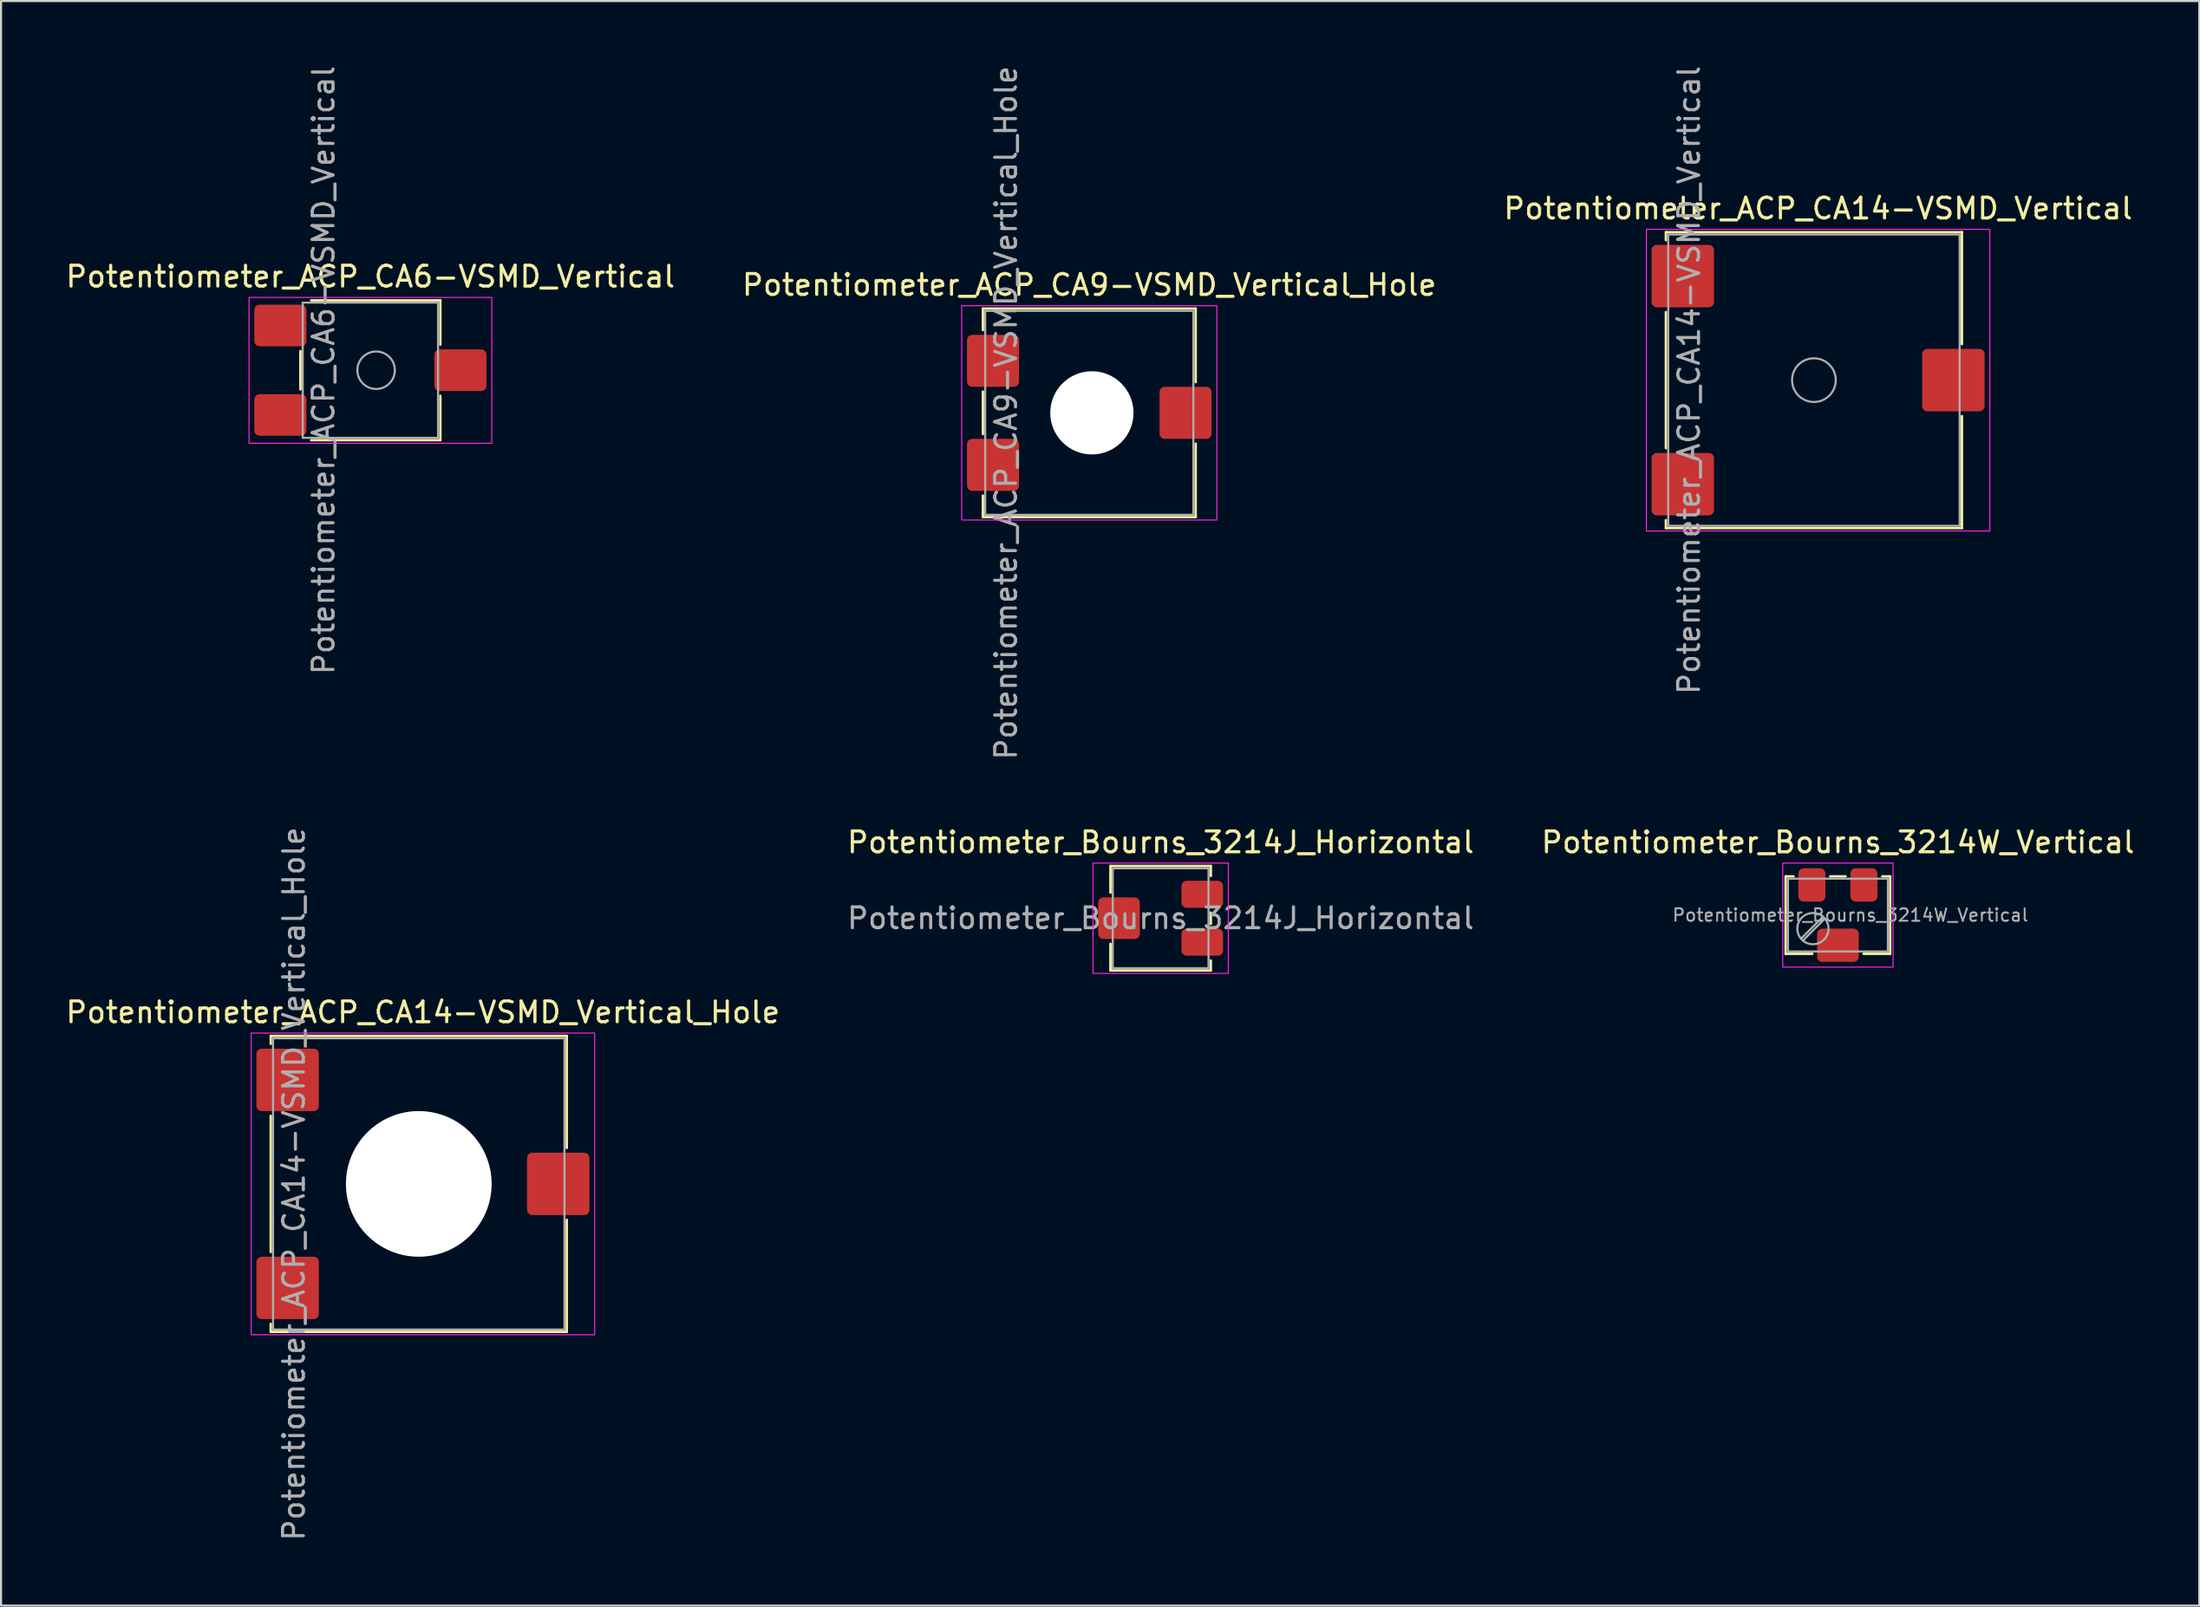
<source format=kicad_pcb>
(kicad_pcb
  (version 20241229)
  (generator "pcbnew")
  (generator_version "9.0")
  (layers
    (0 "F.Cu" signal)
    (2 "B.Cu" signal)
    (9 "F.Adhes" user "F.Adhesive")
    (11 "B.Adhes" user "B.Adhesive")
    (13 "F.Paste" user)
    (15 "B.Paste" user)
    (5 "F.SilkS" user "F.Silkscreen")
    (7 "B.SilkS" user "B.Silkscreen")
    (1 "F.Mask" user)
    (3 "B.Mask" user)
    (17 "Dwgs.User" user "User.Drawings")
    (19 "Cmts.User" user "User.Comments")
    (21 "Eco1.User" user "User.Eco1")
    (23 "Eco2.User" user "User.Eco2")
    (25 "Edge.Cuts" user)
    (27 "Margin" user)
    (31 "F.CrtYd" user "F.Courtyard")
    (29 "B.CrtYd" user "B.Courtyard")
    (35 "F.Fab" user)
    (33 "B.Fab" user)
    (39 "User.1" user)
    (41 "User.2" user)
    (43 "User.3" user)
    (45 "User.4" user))
  (footprint "Potentiometer_Bourns_3214W_Vertical"
    (layer "F.Cu")
    (at 85.244 40.932)
    (property "Reference" "Potentiometer_Bourns_3214W_Vertical" (at 0 -3.5 0) (layer "F.SilkS") (effects (font (size 1 1) (thickness 0.15))))
    (attr smd)
    (fp_line (start -2.51 -1.86) (end -2.51 1.86) (stroke (width 0.12) (type solid)) (layer "F.SilkS"))
    (fp_line (start -2.51 -1.86) (end -2.13 -1.86) (stroke (width 0.12) (type solid)) (layer "F.SilkS"))
    (fp_line (start -2.51 1.86) (end -1.23 1.86) (stroke (width 0.12) (type solid)) (layer "F.SilkS"))
    (fp_line (start -0.37 -1.86) (end 0.37 -1.86) (stroke (width 0.12) (type solid)) (layer "F.SilkS"))
    (fp_line (start 1.23 1.86) (end 2.51 1.86) (stroke (width 0.12) (type solid)) (layer "F.SilkS"))
    (fp_line (start 2.13 -1.86) (end 2.51 -1.86) (stroke (width 0.12) (type solid)) (layer "F.SilkS"))
    (fp_line (start 2.51 -1.86) (end 2.51 1.86) (stroke (width 0.12) (type solid)) (layer "F.SilkS"))
    (fp_rect (start -2.65 -2.5) (end 2.65 2.5) (stroke (width 0.05) (type solid)) (fill no) (layer "F.CrtYd"))
    (fp_line (start -0.723 0.081) (end -1.769 1.127) (stroke (width 0.1) (type solid)) (layer "F.Fab"))
    (fp_line (start -0.631 0.173) (end -1.677 1.219) (stroke (width 0.1) (type solid)) (layer "F.Fab"))
    (fp_rect (start -2.4 -1.75) (end 2.4 1.75) (stroke (width 0.1) (type solid)) (fill no) (layer "F.Fab"))
    (fp_circle (center -1.2 0.65) (end -0.45 0.65) (stroke (width 0.1) (type solid)) (fill no) (layer "F.Fab"))
    (fp_text user "${REFERENCE}" (at 0.6 0 0) (layer "F.Fab") (effects (font (size 0.6 0.6) (thickness 0.09))))
    (pad "1" smd roundrect (at 1.25 -1.45) (size 1.3 1.6) (layers "F.Cu" "F.Mask" "F.Paste") (roundrect_rratio 0.192))
    (pad "2" smd roundrect (at 0 1.45) (size 2 1.6) (layers "F.Cu" "F.Mask" "F.Paste") (roundrect_rratio 0.156))
    (pad "3" smd roundrect (at -1.25 -1.45) (size 1.3 1.6) (layers "F.Cu" "F.Mask" "F.Paste") (roundrect_rratio 0.192)))
  (footprint "Potentiometer_ACP_CA14-VSMD_Vertical"
    (layer "F.Cu")
    (at 84.292 15.22)
    (property "Reference" "Potentiometer_ACP_CA14-VSMD_Vertical" (at 0 -8.25 0) (layer "F.SilkS") (effects (font (size 1 1) (thickness 0.15))))
    (attr smd)
    (fp_line (start -7.31 -7.11) (end -7.31 -6.73) (stroke (width 0.12) (type solid)) (layer "F.SilkS"))
    (fp_line (start -7.31 -7.11) (end 6.91 -7.11) (stroke (width 0.12) (type solid)) (layer "F.SilkS"))
    (fp_line (start -7.31 -3.27) (end -7.31 3.27) (stroke (width 0.12) (type solid)) (layer "F.SilkS"))
    (fp_line (start -7.31 6.73) (end -7.31 7.11) (stroke (width 0.12) (type solid)) (layer "F.SilkS"))
    (fp_line (start -7.31 7.11) (end 6.91 7.11) (stroke (width 0.12) (type solid)) (layer "F.SilkS"))
    (fp_line (start 6.91 -7.11) (end 6.91 -1.73) (stroke (width 0.12) (type solid)) (layer "F.SilkS"))
    (fp_line (start 6.91 1.73) (end 6.91 7.11) (stroke (width 0.12) (type solid)) (layer "F.SilkS"))
    (fp_rect (start -8.25 -7.25) (end 8.25 7.25) (stroke (width 0.05) (type solid)) (fill no) (layer "F.CrtYd"))
    (fp_rect (start -7.2 -7) (end 6.8 7) (stroke (width 0.1) (type solid)) (fill no) (layer "F.Fab"))
    (fp_circle (center -0.2 0) (end 0.85 0) (stroke (width 0.1) (type solid)) (fill no) (layer "F.Fab"))
    (fp_text user "${REFERENCE}" (at -6.2 0 90) (layer "F.Fab") (effects (font (size 1 1) (thickness 0.15))))
    (pad "1" smd roundrect (at -6.5 5) (size 3 3) (layers "F.Cu" "F.Mask" "F.Paste") (roundrect_rratio 0.083))
    (pad "2" smd roundrect (at 6.5 0) (size 3 3) (layers "F.Cu" "F.Mask" "F.Paste") (roundrect_rratio 0.083))
    (pad "3" smd roundrect (at -6.5 -5) (size 3 3) (layers "F.Cu" "F.Mask" "F.Paste") (roundrect_rratio 0.083)))
  (footprint "Potentiometer_Bourns_3214J_Horizontal"
    (layer "F.Cu")
    (at 52.708 41.082)
    (property "Reference" "Potentiometer_Bourns_3214J_Horizontal" (at 0 -3.65 0) (layer "F.SilkS") (effects (font (size 1 1) (thickness 0.15))))
    (attr smd)
    (fp_line (start -2.41 -2.51) (end -2.41 -1.23) (stroke (width 0.12) (type solid)) (layer "F.SilkS"))
    (fp_line (start -2.41 -2.51) (end 2.41 -2.51) (stroke (width 0.12) (type solid)) (layer "F.SilkS"))
    (fp_line (start -2.41 1.23) (end -2.41 2.51) (stroke (width 0.12) (type solid)) (layer "F.SilkS"))
    (fp_line (start -2.41 2.51) (end 2.41 2.51) (stroke (width 0.12) (type solid)) (layer "F.SilkS"))
    (fp_line (start 2.41 -2.51) (end 2.41 -2.03) (stroke (width 0.12) (type solid)) (layer "F.SilkS"))
    (fp_line (start 2.41 -0.27) (end 2.41 0.27) (stroke (width 0.12) (type solid)) (layer "F.SilkS"))
    (fp_line (start 2.41 2.03) (end 2.41 2.51) (stroke (width 0.12) (type solid)) (layer "F.SilkS"))
    (fp_rect (start -3.25 -2.65) (end 3.25 2.65) (stroke (width 0.05) (type solid)) (fill no) (layer "F.CrtYd"))
    (fp_rect (start -2.3 -2.4) (end 2.3 2.4) (stroke (width 0.1) (type solid)) (fill no) (layer "F.Fab"))
    (fp_text user "${REFERENCE}" (at 0 0 0) (layer "F.Fab") (effects (font (size 1 1) (thickness 0.15))))
    (pad "1" smd roundrect (at 2 -1.15) (size 2 1.3) (layers "F.Cu" "F.Mask" "F.Paste") (roundrect_rratio 0.192))
    (pad "2" smd roundrect (at -2 0) (size 2 2) (layers "F.Cu" "F.Mask" "F.Paste") (roundrect_rratio 0.125))
    (pad "3" smd roundrect (at 2 1.15) (size 2 1.3) (layers "F.Cu" "F.Mask" "F.Paste") (roundrect_rratio 0.192)))
  (footprint "Potentiometer_ACP_CA9-VSMD_Vertical_Hole"
    (layer "F.Cu")
    (at 49.28 16.792)
    (property "Reference" "Potentiometer_ACP_CA9-VSMD_Vertical_Hole" (at 0 -6.15 0) (layer "F.SilkS") (effects (font (size 1 1) (thickness 0.15))))
    (attr smd)
    (fp_line (start -5.11 -5.01) (end -5.11 -3.98) (stroke (width 0.12) (type solid)) (layer "F.SilkS"))
    (fp_line (start -5.11 -5.01) (end 5.11 -5.01) (stroke (width 0.12) (type solid)) (layer "F.SilkS"))
    (fp_line (start -5.11 -1.02) (end -5.11 1.02) (stroke (width 0.12) (type solid)) (layer "F.SilkS"))
    (fp_line (start -5.11 3.98) (end -5.11 5.01) (stroke (width 0.12) (type solid)) (layer "F.SilkS"))
    (fp_line (start -5.11 5.01) (end 5.11 5.01) (stroke (width 0.12) (type solid)) (layer "F.SilkS"))
    (fp_line (start 5.11 -5.01) (end 5.11 -1.48) (stroke (width 0.12) (type solid)) (layer "F.SilkS"))
    (fp_line (start 5.11 1.48) (end 5.11 5.01) (stroke (width 0.12) (type solid)) (layer "F.SilkS"))
    (fp_rect (start -6.13 -5.15) (end 6.13 5.15) (stroke (width 0.05) (type solid)) (fill no) (layer "F.CrtYd"))
    (fp_rect (start -5 -4.9) (end 5 4.9) (stroke (width 0.1) (type solid)) (fill no) (layer "F.Fab"))
    (fp_text user "${REFERENCE}" (at -4 0 90) (layer "F.Fab") (effects (font (size 1 1) (thickness 0.15))))
    (pad "" np_thru_hole circle (at 0.125 0) (size 4 4) (drill 4) (layers "*.Cu" "*.Mask"))
    (pad "1" smd roundrect (at -4.625 2.5) (size 2.5 2.5) (layers "F.Cu" "F.Mask" "F.Paste") (roundrect_rratio 0.1))
    (pad "2" smd roundrect (at 4.625 0) (size 2.5 2.5) (layers "F.Cu" "F.Mask" "F.Paste") (roundrect_rratio 0.1))
    (pad "3" smd roundrect (at -4.625 -2.5) (size 2.5 2.5) (layers "F.Cu" "F.Mask" "F.Paste") (roundrect_rratio 0.1)))
  (footprint "Potentiometer_ACP_CA6-VSMD_Vertical"
    (layer "F.Cu")
    (at 14.744 14.744)
    (property "Reference" "Potentiometer_ACP_CA6-VSMD_Vertical" (at 0 -4.5 0) (layer "F.SilkS") (effects (font (size 1 1) (thickness 0.15))))
    (attr smd)
    (fp_line (start -3.36 -0.92) (end -3.36 0.92) (stroke (width 0.12) (type solid)) (layer "F.SilkS"))
    (fp_line (start -2.845 -3.36) (end 3.36 -3.36) (stroke (width 0.12) (type solid)) (layer "F.SilkS"))
    (fp_line (start -2.845 3.36) (end 3.36 3.36) (stroke (width 0.12) (type solid)) (layer "F.SilkS"))
    (fp_line (start 3.36 -3.36) (end 3.36 -1.23) (stroke (width 0.12) (type solid)) (layer "F.SilkS"))
    (fp_line (start 3.36 1.23) (end 3.36 3.36) (stroke (width 0.12) (type solid)) (layer "F.SilkS"))
    (fp_rect (start -5.83 -3.5) (end 5.83 3.51) (stroke (width 0.05) (type solid)) (fill no) (layer "F.CrtYd"))
    (fp_rect (start -3.25 -3.25) (end 3.25 3.25) (stroke (width 0.1) (type solid)) (fill no) (layer "F.Fab"))
    (fp_circle (center 0.275 0) (end 1.175 0) (stroke (width 0.1) (type solid)) (fill no) (layer "F.Fab"))
    (fp_text user "${REFERENCE}" (at -2.25 0 90) (layer "F.Fab") (effects (font (size 1 1) (thickness 0.15))))
    (pad "1" smd roundrect (at -4.325 2.15) (size 2.5 2) (layers "F.Cu" "F.Mask" "F.Paste") (roundrect_rratio 0.125))
    (pad "2" smd roundrect (at 4.325 0) (size 2.5 2) (layers "F.Cu" "F.Mask" "F.Paste") (roundrect_rratio 0.125))
    (pad "3" smd roundrect (at -4.325 -2.15) (size 2.5 2) (layers "F.Cu" "F.Mask" "F.Paste") (roundrect_rratio 0.125)))
  (footprint "Potentiometer_ACP_CA14-VSMD_Vertical_Hole"
    (layer "F.Cu")
    (at 17.268 53.851)
    (property "Reference" "Potentiometer_ACP_CA14-VSMD_Vertical_Hole" (at 0 -8.25 0) (layer "F.SilkS") (effects (font (size 1 1) (thickness 0.15))))
    (attr smd)
    (fp_line (start -7.31 -7.11) (end -7.31 -6.73) (stroke (width 0.12) (type solid)) (layer "F.SilkS"))
    (fp_line (start -7.31 -7.11) (end 6.91 -7.11) (stroke (width 0.12) (type solid)) (layer "F.SilkS"))
    (fp_line (start -7.31 -3.27) (end -7.31 3.27) (stroke (width 0.12) (type solid)) (layer "F.SilkS"))
    (fp_line (start -7.31 6.73) (end -7.31 7.11) (stroke (width 0.12) (type solid)) (layer "F.SilkS"))
    (fp_line (start -7.31 7.11) (end 6.91 7.11) (stroke (width 0.12) (type solid)) (layer "F.SilkS"))
    (fp_line (start 6.91 -7.11) (end 6.91 -1.73) (stroke (width 0.12) (type solid)) (layer "F.SilkS"))
    (fp_line (start 6.91 1.73) (end 6.91 7.11) (stroke (width 0.12) (type solid)) (layer "F.SilkS"))
    (fp_rect (start -8.25 -7.25) (end 8.25 7.25) (stroke (width 0.05) (type solid)) (fill no) (layer "F.CrtYd"))
    (fp_rect (start -7.2 -7) (end 6.8 7) (stroke (width 0.1) (type solid)) (fill no) (layer "F.Fab"))
    (fp_text user "${REFERENCE}" (at -6.2 0 90) (layer "F.Fab") (effects (font (size 1 1) (thickness 0.15))))
    (pad "" np_thru_hole circle (at -0.2 0) (size 7 7) (drill 7) (layers "*.Cu" "*.Mask"))
    (pad "1" smd roundrect (at -6.5 5) (size 3 3) (layers "F.Cu" "F.Mask" "F.Paste") (roundrect_rratio 0.083))
    (pad "2" smd roundrect (at 6.5 0) (size 3 3) (layers "F.Cu" "F.Mask" "F.Paste") (roundrect_rratio 0.083))
    (pad "3" smd roundrect (at -6.5 -5) (size 3 3) (layers "F.Cu" "F.Mask" "F.Paste") (roundrect_rratio 0.083)))
  (gr_rect
    (start -3 -3)
    (end 102.607 74.119)
    (stroke (width 0.1) (type default))
    (fill no)
    (layer "Edge.Cuts")))
</source>
